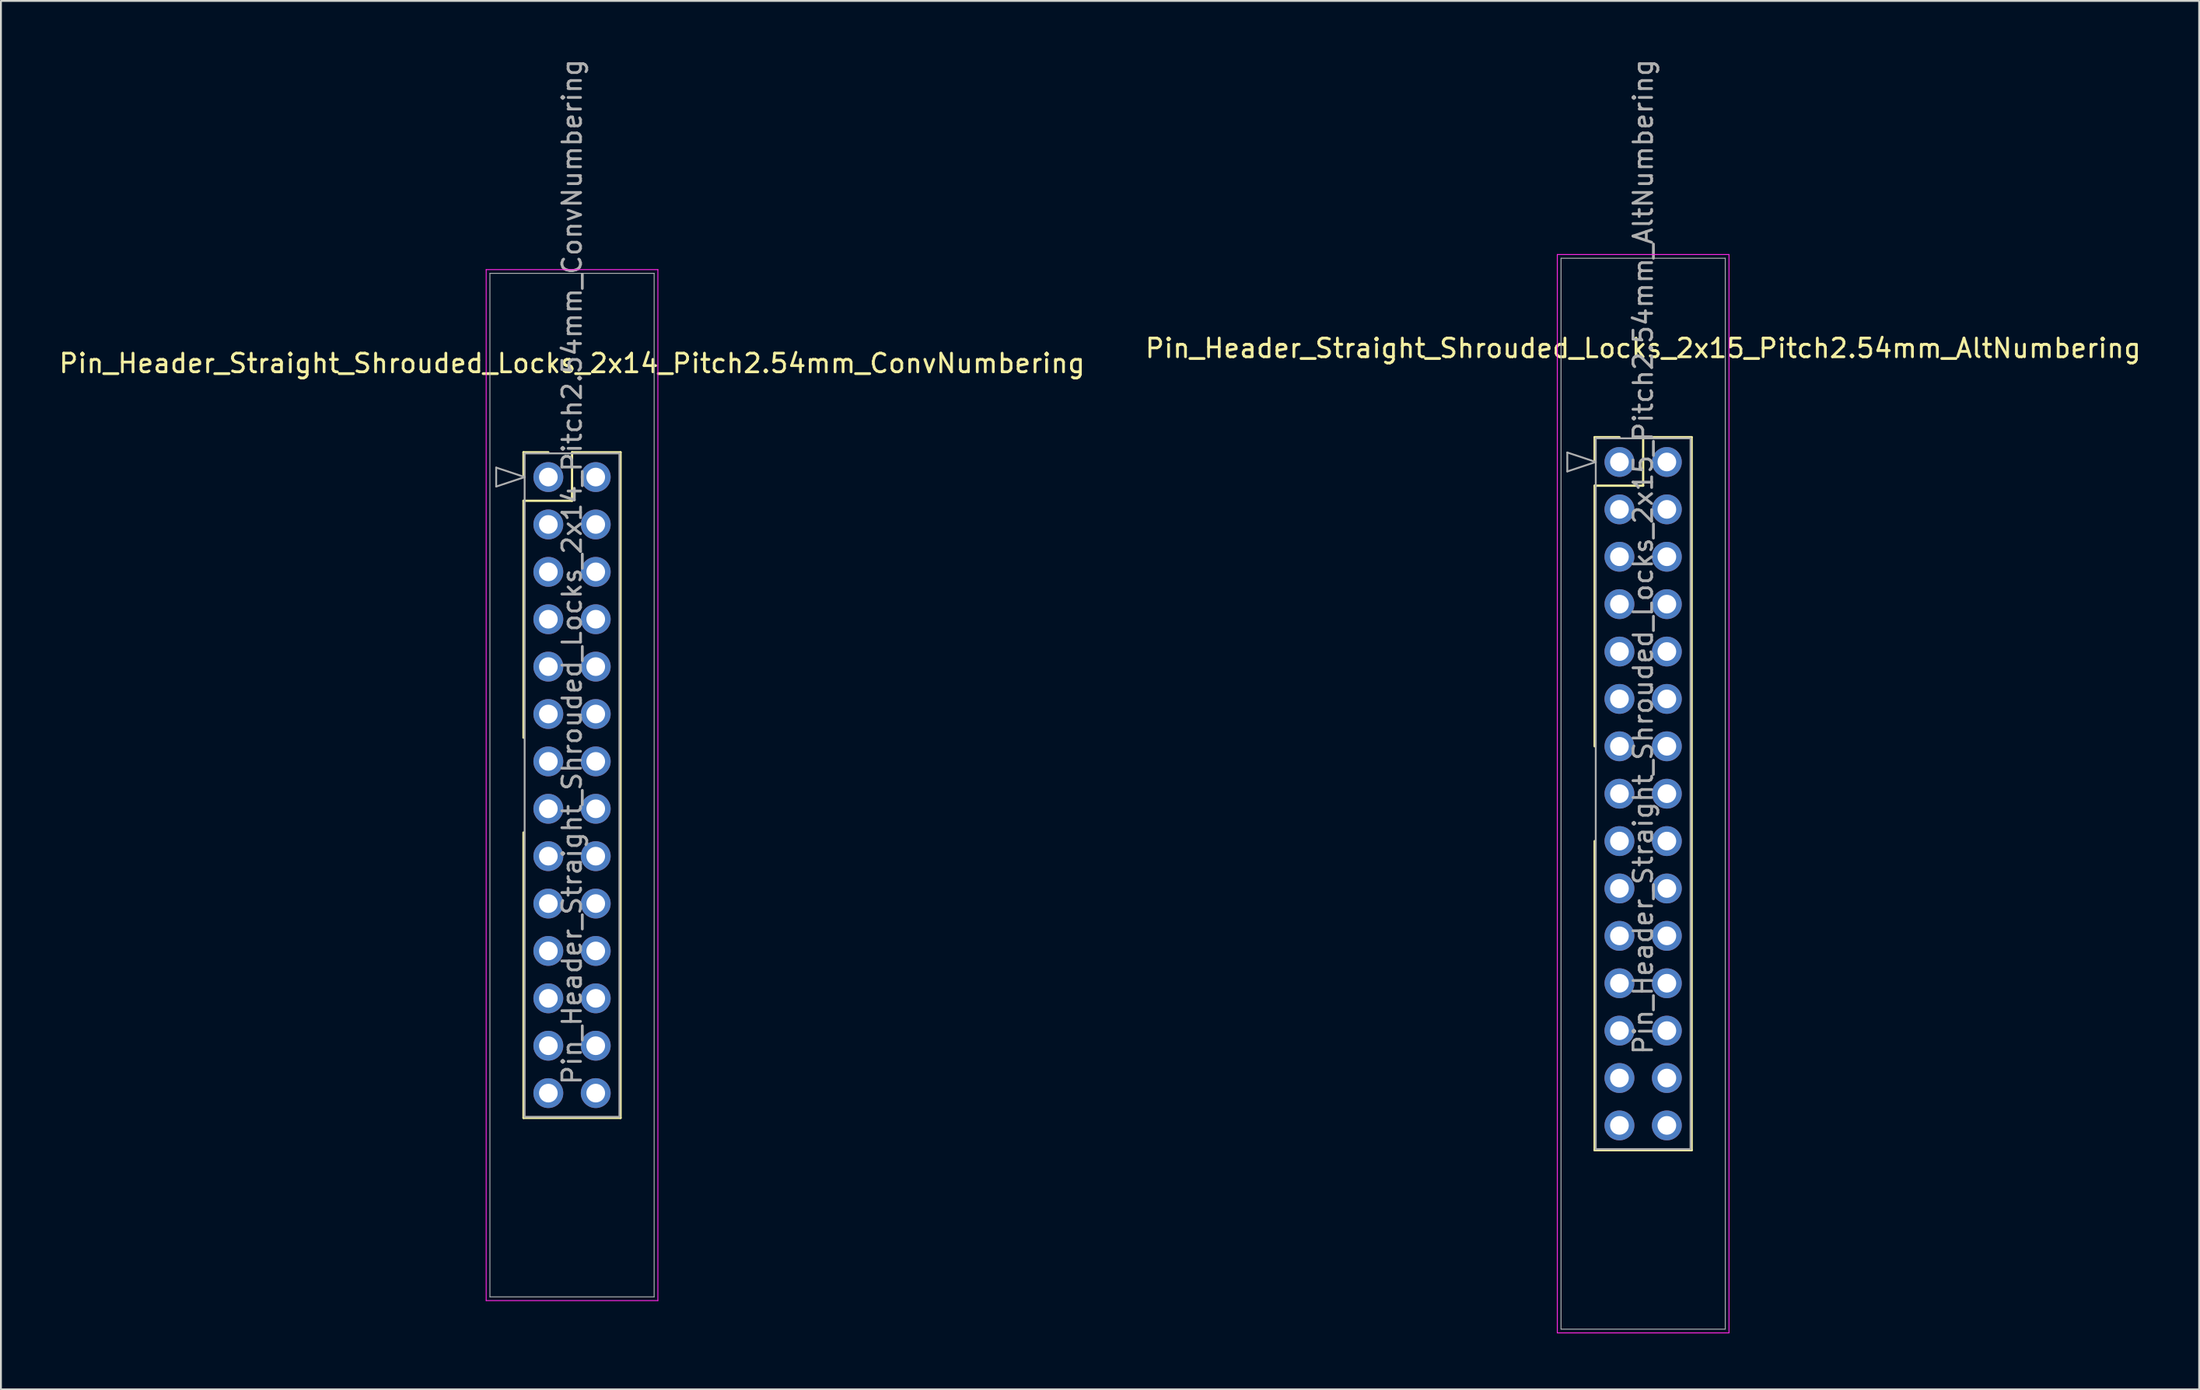
<source format=kicad_pcb>
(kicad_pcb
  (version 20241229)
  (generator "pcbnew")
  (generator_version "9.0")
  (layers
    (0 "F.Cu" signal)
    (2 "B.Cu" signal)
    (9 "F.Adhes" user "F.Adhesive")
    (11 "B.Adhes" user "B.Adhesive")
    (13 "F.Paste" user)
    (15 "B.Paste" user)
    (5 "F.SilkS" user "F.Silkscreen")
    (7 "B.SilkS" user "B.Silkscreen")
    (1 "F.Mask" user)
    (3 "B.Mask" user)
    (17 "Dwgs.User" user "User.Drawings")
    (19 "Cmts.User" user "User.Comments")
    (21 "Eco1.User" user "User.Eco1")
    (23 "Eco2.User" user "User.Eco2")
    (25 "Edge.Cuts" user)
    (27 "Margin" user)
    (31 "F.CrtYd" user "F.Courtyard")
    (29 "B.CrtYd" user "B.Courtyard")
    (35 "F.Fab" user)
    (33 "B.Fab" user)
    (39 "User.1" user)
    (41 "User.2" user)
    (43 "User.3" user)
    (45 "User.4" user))
  (footprint "Pin_Header_Straight_Shrouded_Locks_2x14_Pitch2.54mm_ConvNumbering"
    (layer "F.Cu")
    (at 26.331 22.521)
    (property "Reference" "Pin_Header_Straight_Shrouded_Locks_2x14_Pitch2.54mm_ConvNumbering" (at 1.27 -6.096 0) (layer "F.SilkS") (effects (font (size 1 1) (thickness 0.15))))
    (attr through_hole)
    (fp_line (start -1.33 -1.33) (end 0 -1.33) (stroke (width 0.12) (type solid)) (layer "F.SilkS"))
    (fp_line (start -1.33 0) (end -1.33 -1.33) (stroke (width 0.12) (type solid)) (layer "F.SilkS"))
    (fp_line (start -1.33 1.27) (end -1.33 13.97) (stroke (width 0.12) (type solid)) (layer "F.SilkS"))
    (fp_line (start -1.33 1.27) (end 1.27 1.27) (stroke (width 0.12) (type solid)) (layer "F.SilkS"))
    (fp_line (start -1.33 19.05) (end -1.33 34.35) (stroke (width 0.12) (type solid)) (layer "F.SilkS"))
    (fp_line (start -1.33 34.35) (end 3.87 34.35) (stroke (width 0.12) (type solid)) (layer "F.SilkS"))
    (fp_line (start 1.27 -1.33) (end 3.87 -1.33) (stroke (width 0.12) (type solid)) (layer "F.SilkS"))
    (fp_line (start 1.27 1.27) (end 1.27 -1.33) (stroke (width 0.12) (type solid)) (layer "F.SilkS"))
    (fp_line (start 3.87 -1.33) (end 3.87 34.35) (stroke (width 0.12) (type solid)) (layer "F.SilkS"))
    (fp_line (start -3.33 -11.12) (end -3.33 44.14) (stroke (width 0.05) (type solid)) (layer "F.CrtYd"))
    (fp_line (start -3.33 44.14) (end 5.87 44.14) (stroke (width 0.05) (type solid)) (layer "F.CrtYd"))
    (fp_line (start 5.87 -11.12) (end -3.33 -11.12) (stroke (width 0.05) (type solid)) (layer "F.CrtYd"))
    (fp_line (start 5.87 44.14) (end 5.87 -11.12) (stroke (width 0.05) (type solid)) (layer "F.CrtYd"))
    (fp_line (start -3.13 -10.92) (end -3.13 43.94) (stroke (width 0.05) (type solid)) (layer "F.Fab"))
    (fp_line (start -3.13 43.94) (end 5.67 43.94) (stroke (width 0.05) (type solid)) (layer "F.Fab"))
    (fp_line (start -2.794 -0.508) (end -1.27 0) (stroke (width 0.1) (type solid)) (layer "F.Fab"))
    (fp_line (start -2.794 0.508) (end -2.794 -0.508) (stroke (width 0.1) (type solid)) (layer "F.Fab"))
    (fp_line (start -1.27 -1.27) (end -1.27 34.29) (stroke (width 0.1) (type solid)) (layer "F.Fab"))
    (fp_line (start -1.27 0) (end -2.794 0.508) (stroke (width 0.1) (type solid)) (layer "F.Fab"))
    (fp_line (start -1.27 34.29) (end 3.81 34.29) (stroke (width 0.1) (type solid)) (layer "F.Fab"))
    (fp_line (start 3.81 -1.27) (end -1.27 -1.27) (stroke (width 0.1) (type solid)) (layer "F.Fab"))
    (fp_line (start 3.81 34.29) (end 3.81 -1.27) (stroke (width 0.1) (type solid)) (layer "F.Fab"))
    (fp_line (start 5.67 -10.92) (end -3.13 -10.92) (stroke (width 0.05) (type solid)) (layer "F.Fab"))
    (fp_line (start 5.67 43.94) (end 5.67 -10.92) (stroke (width 0.05) (type solid)) (layer "F.Fab"))
    (fp_text user "${REFERENCE}" (at 1.27 5.08 90) (layer "F.Fab") (effects (font (size 1 1) (thickness 0.15))))
    (pad "1" thru_hole oval (at 0 0) (size 1.6 1.6) (drill 1) (layers "*.Cu" "*.Mask"))
    (pad "2" thru_hole oval (at 2.54 0) (size 1.6 1.6) (drill 1) (layers "*.Cu" "*.Mask"))
    (pad "3" thru_hole oval (at 0 2.54) (size 1.6 1.6) (drill 1) (layers "*.Cu" "*.Mask"))
    (pad "4" thru_hole oval (at 2.54 2.54) (size 1.6 1.6) (drill 1) (layers "*.Cu" "*.Mask"))
    (pad "5" thru_hole oval (at 0 5.08) (size 1.6 1.6) (drill 1) (layers "*.Cu" "*.Mask"))
    (pad "6" thru_hole oval (at 2.54 5.08) (size 1.6 1.6) (drill 1) (layers "*.Cu" "*.Mask"))
    (pad "7" thru_hole oval (at 0 7.62) (size 1.6 1.6) (drill 1) (layers "*.Cu" "*.Mask"))
    (pad "8" thru_hole oval (at 2.54 7.62) (size 1.6 1.6) (drill 1) (layers "*.Cu" "*.Mask"))
    (pad "9" thru_hole oval (at 0 10.16) (size 1.6 1.6) (drill 1) (layers "*.Cu" "*.Mask"))
    (pad "10" thru_hole oval (at 2.54 10.16) (size 1.6 1.6) (drill 1) (layers "*.Cu" "*.Mask"))
    (pad "11" thru_hole oval (at 0 12.7) (size 1.6 1.6) (drill 1) (layers "*.Cu" "*.Mask"))
    (pad "12" thru_hole oval (at 2.54 12.7) (size 1.6 1.6) (drill 1) (layers "*.Cu" "*.Mask"))
    (pad "13" thru_hole oval (at 0 15.24) (size 1.6 1.6) (drill 1) (layers "*.Cu" "*.Mask"))
    (pad "14" thru_hole oval (at 2.54 15.24) (size 1.6 1.6) (drill 1) (layers "*.Cu" "*.Mask"))
    (pad "15" thru_hole oval (at 0 17.78) (size 1.6 1.6) (drill 1) (layers "*.Cu" "*.Mask"))
    (pad "16" thru_hole oval (at 2.54 17.78) (size 1.6 1.6) (drill 1) (layers "*.Cu" "*.Mask"))
    (pad "17" thru_hole oval (at 0 20.32) (size 1.6 1.6) (drill 1) (layers "*.Cu" "*.Mask"))
    (pad "18" thru_hole oval (at 2.54 20.32) (size 1.6 1.6) (drill 1) (layers "*.Cu" "*.Mask"))
    (pad "19" thru_hole oval (at 0 22.86) (size 1.6 1.6) (drill 1) (layers "*.Cu" "*.Mask"))
    (pad "20" thru_hole oval (at 2.54 22.86) (size 1.6 1.6) (drill 1) (layers "*.Cu" "*.Mask"))
    (pad "21" thru_hole oval (at 0 25.4) (size 1.6 1.6) (drill 1) (layers "*.Cu" "*.Mask"))
    (pad "22" thru_hole oval (at 2.54 25.4) (size 1.6 1.6) (drill 1) (layers "*.Cu" "*.Mask"))
    (pad "23" thru_hole oval (at 0 27.94) (size 1.6 1.6) (drill 1) (layers "*.Cu" "*.Mask"))
    (pad "24" thru_hole oval (at 2.54 27.94) (size 1.6 1.6) (drill 1) (layers "*.Cu" "*.Mask"))
    (pad "25" thru_hole oval (at 0 30.48) (size 1.6 1.6) (drill 1) (layers "*.Cu" "*.Mask"))
    (pad "26" thru_hole oval (at 2.54 30.48) (size 1.6 1.6) (drill 1) (layers "*.Cu" "*.Mask"))
    (pad "27" thru_hole oval (at 0 33.02) (size 1.6 1.6) (drill 1) (layers "*.Cu" "*.Mask"))
    (pad "28" thru_hole oval (at 2.54 33.02) (size 1.6 1.6) (drill 1) (layers "*.Cu" "*.Mask")))
  (footprint "Pin_Header_Straight_Shrouded_Locks_2x15_Pitch2.54mm_AltNumbering"
    (layer "F.Cu")
    (at 83.724 21.712)
    (property "Reference" "Pin_Header_Straight_Shrouded_Locks_2x15_Pitch2.54mm_AltNumbering" (at 1.27 -6.096 0) (layer "F.SilkS") (effects (font (size 1 1) (thickness 0.15))))
    (attr through_hole)
    (fp_line (start -1.33 -1.33) (end 0 -1.33) (stroke (width 0.12) (type solid)) (layer "F.SilkS"))
    (fp_line (start -1.33 0) (end -1.33 -1.33) (stroke (width 0.12) (type solid)) (layer "F.SilkS"))
    (fp_line (start -1.33 1.27) (end -1.33 15.24) (stroke (width 0.12) (type solid)) (layer "F.SilkS"))
    (fp_line (start -1.33 1.27) (end 1.27 1.27) (stroke (width 0.12) (type solid)) (layer "F.SilkS"))
    (fp_line (start -1.33 20.32) (end -1.33 36.89) (stroke (width 0.12) (type solid)) (layer "F.SilkS"))
    (fp_line (start -1.33 36.89) (end 3.87 36.89) (stroke (width 0.12) (type solid)) (layer "F.SilkS"))
    (fp_line (start 1.27 -1.33) (end 3.87 -1.33) (stroke (width 0.12) (type solid)) (layer "F.SilkS"))
    (fp_line (start 1.27 1.27) (end 1.27 -1.33) (stroke (width 0.12) (type solid)) (layer "F.SilkS"))
    (fp_line (start 3.87 -1.33) (end 3.87 36.89) (stroke (width 0.12) (type solid)) (layer "F.SilkS"))
    (fp_line (start -3.33 -11.12) (end -3.33 46.68) (stroke (width 0.05) (type solid)) (layer "F.CrtYd"))
    (fp_line (start -3.33 46.68) (end 5.87 46.68) (stroke (width 0.05) (type solid)) (layer "F.CrtYd"))
    (fp_line (start 5.87 -11.12) (end -3.33 -11.12) (stroke (width 0.05) (type solid)) (layer "F.CrtYd"))
    (fp_line (start 5.87 46.68) (end 5.87 -11.12) (stroke (width 0.05) (type solid)) (layer "F.CrtYd"))
    (fp_line (start -3.13 -10.92) (end -3.13 46.48) (stroke (width 0.05) (type solid)) (layer "F.Fab"))
    (fp_line (start -3.13 46.48) (end 5.67 46.48) (stroke (width 0.05) (type solid)) (layer "F.Fab"))
    (fp_line (start -2.794 -0.508) (end -1.27 0) (stroke (width 0.1) (type solid)) (layer "F.Fab"))
    (fp_line (start -2.794 0.508) (end -2.794 -0.508) (stroke (width 0.1) (type solid)) (layer "F.Fab"))
    (fp_line (start -1.27 -1.27) (end -1.27 36.83) (stroke (width 0.1) (type solid)) (layer "F.Fab"))
    (fp_line (start -1.27 0) (end -2.794 0.508) (stroke (width 0.1) (type solid)) (layer "F.Fab"))
    (fp_line (start -1.27 36.83) (end 3.81 36.83) (stroke (width 0.1) (type solid)) (layer "F.Fab"))
    (fp_line (start 3.81 -1.27) (end -1.27 -1.27) (stroke (width 0.1) (type solid)) (layer "F.Fab"))
    (fp_line (start 3.81 36.83) (end 3.81 -1.27) (stroke (width 0.1) (type solid)) (layer "F.Fab"))
    (fp_line (start 5.67 -10.92) (end -3.13 -10.92) (stroke (width 0.05) (type solid)) (layer "F.Fab"))
    (fp_line (start 5.67 46.48) (end 5.67 -10.92) (stroke (width 0.05) (type solid)) (layer "F.Fab"))
    (fp_text user "${REFERENCE}" (at 1.27 5.08 90) (layer "F.Fab") (effects (font (size 1 1) (thickness 0.15))))
    (pad "1" thru_hole oval (at 0 0) (size 1.6 1.6) (drill 1) (layers "*.Cu" "*.Mask"))
    (pad "2" thru_hole oval (at 0 2.54) (size 1.6 1.6) (drill 1) (layers "*.Cu" "*.Mask"))
    (pad "3" thru_hole oval (at 0 5.08) (size 1.6 1.6) (drill 1) (layers "*.Cu" "*.Mask"))
    (pad "4" thru_hole oval (at 0 7.62) (size 1.6 1.6) (drill 1) (layers "*.Cu" "*.Mask"))
    (pad "5" thru_hole oval (at 0 10.16) (size 1.6 1.6) (drill 1) (layers "*.Cu" "*.Mask"))
    (pad "6" thru_hole oval (at 0 12.7) (size 1.6 1.6) (drill 1) (layers "*.Cu" "*.Mask"))
    (pad "7" thru_hole oval (at 0 15.24) (size 1.6 1.6) (drill 1) (layers "*.Cu" "*.Mask"))
    (pad "8" thru_hole oval (at 0 17.78) (size 1.6 1.6) (drill 1) (layers "*.Cu" "*.Mask"))
    (pad "9" thru_hole oval (at 0 20.32) (size 1.6 1.6) (drill 1) (layers "*.Cu" "*.Mask"))
    (pad "10" thru_hole oval (at 0 22.86) (size 1.6 1.6) (drill 1) (layers "*.Cu" "*.Mask"))
    (pad "11" thru_hole oval (at 0 25.4) (size 1.6 1.6) (drill 1) (layers "*.Cu" "*.Mask"))
    (pad "12" thru_hole oval (at 0 27.94) (size 1.6 1.6) (drill 1) (layers "*.Cu" "*.Mask"))
    (pad "13" thru_hole oval (at 0 30.48) (size 1.6 1.6) (drill 1) (layers "*.Cu" "*.Mask"))
    (pad "14" thru_hole oval (at 0 33.02) (size 1.6 1.6) (drill 1) (layers "*.Cu" "*.Mask"))
    (pad "15" thru_hole oval (at 0 35.56) (size 1.6 1.6) (drill 1) (layers "*.Cu" "*.Mask"))
    (pad "16" thru_hole oval (at 2.54 0) (size 1.6 1.6) (drill 1) (layers "*.Cu" "*.Mask"))
    (pad "17" thru_hole oval (at 2.54 2.54) (size 1.6 1.6) (drill 1) (layers "*.Cu" "*.Mask"))
    (pad "18" thru_hole oval (at 2.54 5.08) (size 1.6 1.6) (drill 1) (layers "*.Cu" "*.Mask"))
    (pad "19" thru_hole oval (at 2.54 7.62) (size 1.6 1.6) (drill 1) (layers "*.Cu" "*.Mask"))
    (pad "20" thru_hole oval (at 2.54 10.16) (size 1.6 1.6) (drill 1) (layers "*.Cu" "*.Mask"))
    (pad "21" thru_hole oval (at 2.54 12.7) (size 1.6 1.6) (drill 1) (layers "*.Cu" "*.Mask"))
    (pad "22" thru_hole oval (at 2.54 15.24) (size 1.6 1.6) (drill 1) (layers "*.Cu" "*.Mask"))
    (pad "23" thru_hole oval (at 2.54 17.78) (size 1.6 1.6) (drill 1) (layers "*.Cu" "*.Mask"))
    (pad "24" thru_hole oval (at 2.54 20.32) (size 1.6 1.6) (drill 1) (layers "*.Cu" "*.Mask"))
    (pad "25" thru_hole oval (at 2.54 22.86) (size 1.6 1.6) (drill 1) (layers "*.Cu" "*.Mask"))
    (pad "26" thru_hole oval (at 2.54 25.4) (size 1.6 1.6) (drill 1) (layers "*.Cu" "*.Mask"))
    (pad "27" thru_hole oval (at 2.54 27.94) (size 1.6 1.6) (drill 1) (layers "*.Cu" "*.Mask"))
    (pad "28" thru_hole oval (at 2.54 30.48) (size 1.6 1.6) (drill 1) (layers "*.Cu" "*.Mask"))
    (pad "29" thru_hole oval (at 2.54 33.02) (size 1.6 1.6) (drill 1) (layers "*.Cu" "*.Mask"))
    (pad "30" thru_hole oval (at 2.54 35.56) (size 1.6 1.6) (drill 1) (layers "*.Cu" "*.Mask")))
  (gr_rect
    (start -3 -3)
    (end 114.786 71.417)
    (stroke (width 0.1) (type default))
    (fill no)
    (layer "Edge.Cuts")))
</source>
